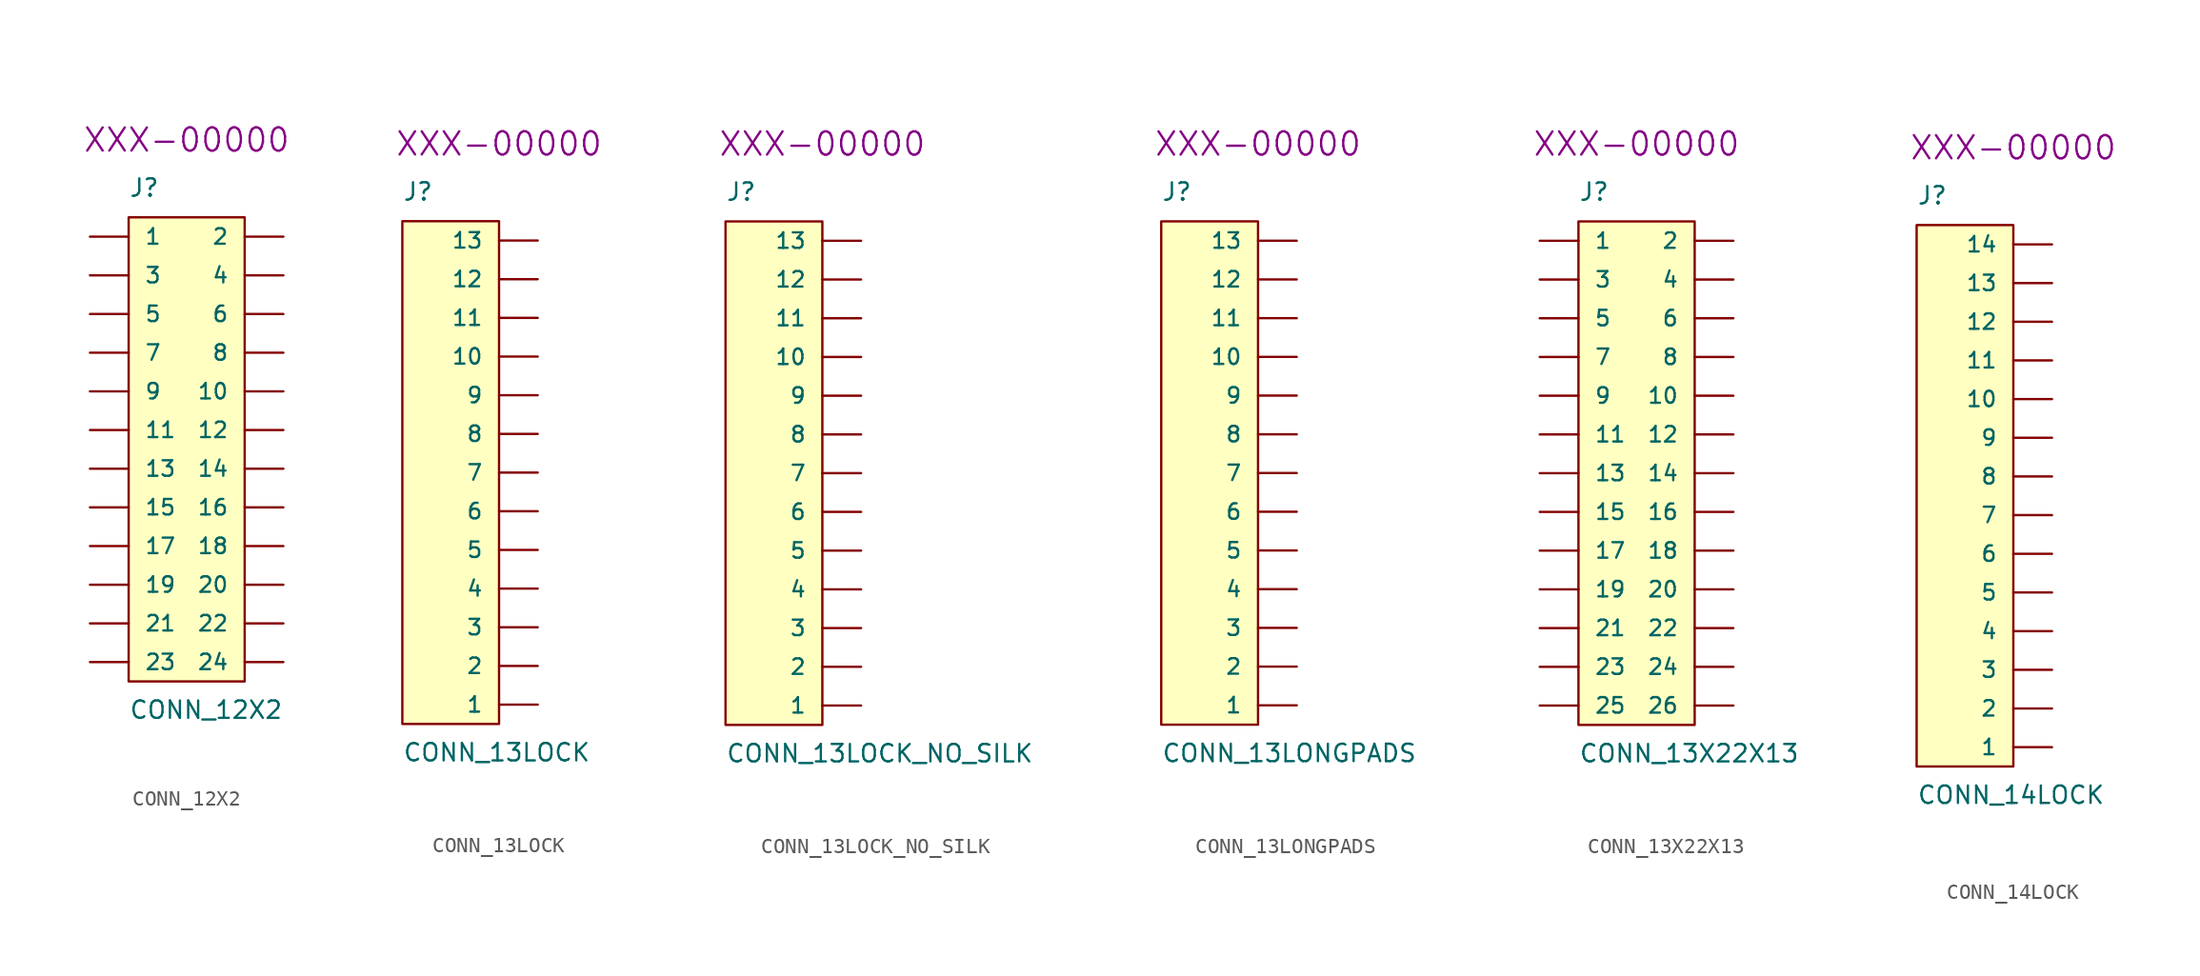
<source format=kicad_sym>
(kicad_symbol_lib
  (version 20201005)
  (generator kicad_symbol_editor)
  (symbol "CONN_12X2"
    (pin_numbers hide)
    (pin_names
      (offset 1.016))
    (property "Reference" "J"
      (at -3.81 16.51 0)
      (effects (font (size 1.143 1.143)) (justify left bottom)))
    (property "Value" "CONN_12X2"
      (at -3.81 -17.78 0)
      (effects (font (size 1.143 1.143)) (justify left bottom)))
    (property "Field4" "XXX-00000"
      (at 0 20.32 0)
      (effects (font (size 1.524 1.524))))
    (property "ki_locked" ""
      (at 0 0 0)
      (effects (font (size 1.27 1.27))))
    (symbol "CONN_12X2_0_1"
      (rectangle (start 3.81 -15.24) (end -3.81 15.24) (stroke (width 0)) (fill (type background))))
    (symbol "CONN_12X2_1_1"
      (pin passive line (at -6.35 13.97 0) (length 2.54) (name "1" (effects (font (size 1.016 1.016)))) (number "1" (effects (font (size 1.016 1.016)))))
      (pin passive line (at 6.35 13.97 180) (length 2.54) (name "2" (effects (font (size 1.016 1.016)))) (number "2" (effects (font (size 1.016 1.016)))))
      (pin passive line (at -6.35 11.43 0) (length 2.54) (name "3" (effects (font (size 1.016 1.016)))) (number "3" (effects (font (size 1.016 1.016)))))
      (pin passive line (at 6.35 11.43 180) (length 2.54) (name "4" (effects (font (size 1.016 1.016)))) (number "4" (effects (font (size 1.016 1.016)))))
      (pin passive line (at -6.35 8.89 0) (length 2.54) (name "5" (effects (font (size 1.016 1.016)))) (number "5" (effects (font (size 1.016 1.016)))))
      (pin passive line (at 6.35 8.89 180) (length 2.54) (name "6" (effects (font (size 1.016 1.016)))) (number "6" (effects (font (size 1.016 1.016)))))
      (pin passive line (at -6.35 6.35 0) (length 2.54) (name "7" (effects (font (size 1.016 1.016)))) (number "7" (effects (font (size 1.016 1.016)))))
      (pin passive line (at 6.35 6.35 180) (length 2.54) (name "8" (effects (font (size 1.016 1.016)))) (number "8" (effects (font (size 1.016 1.016)))))
      (pin passive line (at -6.35 3.81 0) (length 2.54) (name "9" (effects (font (size 1.016 1.016)))) (number "9" (effects (font (size 1.016 1.016)))))
      (pin passive line (at 6.35 3.81 180) (length 2.54) (name "10" (effects (font (size 1.016 1.016)))) (number "10" (effects (font (size 1.016 1.016)))))
      (pin passive line (at 6.35 -8.89 180) (length 2.54) (name "20" (effects (font (size 1.016 1.016)))) (number "20" (effects (font (size 1.016 1.016)))))
      (pin passive line (at -6.35 1.27 0) (length 2.54) (name "11" (effects (font (size 1.016 1.016)))) (number "11" (effects (font (size 1.016 1.016)))))
      (pin passive line (at -6.35 -11.43 0) (length 2.54) (name "21" (effects (font (size 1.016 1.016)))) (number "21" (effects (font (size 1.016 1.016)))))
      (pin passive line (at 6.35 1.27 180) (length 2.54) (name "12" (effects (font (size 1.016 1.016)))) (number "12" (effects (font (size 1.016 1.016)))))
      (pin passive line (at 6.35 -11.43 180) (length 2.54) (name "22" (effects (font (size 1.016 1.016)))) (number "22" (effects (font (size 1.016 1.016)))))
      (pin passive line (at -6.35 -1.27 0) (length 2.54) (name "13" (effects (font (size 1.016 1.016)))) (number "13" (effects (font (size 1.016 1.016)))))
      (pin passive line (at -6.35 -13.97 0) (length 2.54) (name "23" (effects (font (size 1.016 1.016)))) (number "23" (effects (font (size 1.016 1.016)))))
      (pin passive line (at 6.35 -1.27 180) (length 2.54) (name "14" (effects (font (size 1.016 1.016)))) (number "14" (effects (font (size 1.016 1.016)))))
      (pin passive line (at 6.35 -13.97 180) (length 2.54) (name "24" (effects (font (size 1.016 1.016)))) (number "24" (effects (font (size 1.016 1.016)))))
      (pin passive line (at -6.35 -3.81 0) (length 2.54) (name "15" (effects (font (size 1.016 1.016)))) (number "15" (effects (font (size 1.016 1.016)))))
      (pin passive line (at 6.35 -3.81 180) (length 2.54) (name "16" (effects (font (size 1.016 1.016)))) (number "16" (effects (font (size 1.016 1.016)))))
      (pin passive line (at -6.35 -6.35 0) (length 2.54) (name "17" (effects (font (size 1.016 1.016)))) (number "17" (effects (font (size 1.016 1.016)))))
      (pin passive line (at 6.35 -6.35 180) (length 2.54) (name "18" (effects (font (size 1.016 1.016)))) (number "18" (effects (font (size 1.016 1.016)))))
      (pin passive line (at -6.35 -8.89 0) (length 2.54) (name "19" (effects (font (size 1.016 1.016)))) (number "19" (effects (font (size 1.016 1.016)))))))
  (symbol "CONN_13LOCK"
    (pin_numbers hide)
    (pin_names
      (offset 1.016))
    (property "Reference" "J"
      (at -6.35 33.02 0)
      (effects (font (size 1.143 1.143)) (justify left bottom)))
    (property "Value" "CONN_13LOCK"
      (at -6.35 -3.81 0)
      (effects (font (size 1.143 1.143)) (justify left bottom)))
    (property "Field4" "XXX-00000"
      (at 0 36.83 0)
      (effects (font (size 1.524 1.524))))
    (property "ki_locked" ""
      (at 0 0 0)
      (effects (font (size 1.27 1.27))))
    (symbol "CONN_13LOCK_0_1"
      (rectangle (start 0 -1.27) (end -6.35 31.75) (stroke (width 0)) (fill (type background))))
    (symbol "CONN_13LOCK_1_1"
      (pin passive line (at 2.54 0 180) (length 2.54) (name "1" (effects (font (size 1.016 1.016)))) (number "1" (effects (font (size 1.016 1.016)))))
      (pin passive line (at 2.54 2.54 180) (length 2.54) (name "2" (effects (font (size 1.016 1.016)))) (number "2" (effects (font (size 1.016 1.016)))))
      (pin passive line (at 2.54 5.08 180) (length 2.54) (name "3" (effects (font (size 1.016 1.016)))) (number "3" (effects (font (size 1.016 1.016)))))
      (pin passive line (at 2.54 7.62 180) (length 2.54) (name "4" (effects (font (size 1.016 1.016)))) (number "4" (effects (font (size 1.016 1.016)))))
      (pin passive line (at 2.54 10.16 180) (length 2.54) (name "5" (effects (font (size 1.016 1.016)))) (number "5" (effects (font (size 1.016 1.016)))))
      (pin passive line (at 2.54 12.7 180) (length 2.54) (name "6" (effects (font (size 1.016 1.016)))) (number "6" (effects (font (size 1.016 1.016)))))
      (pin passive line (at 2.54 15.24 180) (length 2.54) (name "7" (effects (font (size 1.016 1.016)))) (number "7" (effects (font (size 1.016 1.016)))))
      (pin passive line (at 2.54 17.78 180) (length 2.54) (name "8" (effects (font (size 1.016 1.016)))) (number "8" (effects (font (size 1.016 1.016)))))
      (pin passive line (at 2.54 20.32 180) (length 2.54) (name "9" (effects (font (size 1.016 1.016)))) (number "9" (effects (font (size 1.016 1.016)))))
      (pin passive line (at 2.54 22.86 180) (length 2.54) (name "10" (effects (font (size 1.016 1.016)))) (number "10" (effects (font (size 1.016 1.016)))))
      (pin passive line (at 2.54 25.4 180) (length 2.54) (name "11" (effects (font (size 1.016 1.016)))) (number "11" (effects (font (size 1.016 1.016)))))
      (pin passive line (at 2.54 27.94 180) (length 2.54) (name "12" (effects (font (size 1.016 1.016)))) (number "12" (effects (font (size 1.016 1.016)))))
      (pin passive line (at 2.54 30.48 180) (length 2.54) (name "13" (effects (font (size 1.016 1.016)))) (number "13" (effects (font (size 1.016 1.016)))))))
  (symbol "CONN_13LOCK_NO_SILK"
    (pin_numbers hide)
    (pin_names
      (offset 1.016))
    (property "Reference" "J"
      (at -6.35 33.02 0)
      (effects (font (size 1.143 1.143)) (justify left bottom)))
    (property "Value" "CONN_13LOCK_NO_SILK"
      (at -6.35 -3.81 0)
      (effects (font (size 1.143 1.143)) (justify left bottom)))
    (property "Field4" "XXX-00000"
      (at 0 36.83 0)
      (effects (font (size 1.524 1.524))))
    (property "ki_locked" ""
      (at 0 0 0)
      (effects (font (size 1.27 1.27))))
    (symbol "CONN_13LOCK_NO_SILK_0_1"
      (rectangle (start 0 -1.27) (end -6.35 31.75) (stroke (width 0)) (fill (type background))))
    (symbol "CONN_13LOCK_NO_SILK_1_1"
      (pin passive line (at 2.54 0 180) (length 2.54) (name "1" (effects (font (size 1.016 1.016)))) (number "1" (effects (font (size 1.016 1.016)))))
      (pin passive line (at 2.54 2.54 180) (length 2.54) (name "2" (effects (font (size 1.016 1.016)))) (number "2" (effects (font (size 1.016 1.016)))))
      (pin passive line (at 2.54 5.08 180) (length 2.54) (name "3" (effects (font (size 1.016 1.016)))) (number "3" (effects (font (size 1.016 1.016)))))
      (pin passive line (at 2.54 7.62 180) (length 2.54) (name "4" (effects (font (size 1.016 1.016)))) (number "4" (effects (font (size 1.016 1.016)))))
      (pin passive line (at 2.54 10.16 180) (length 2.54) (name "5" (effects (font (size 1.016 1.016)))) (number "5" (effects (font (size 1.016 1.016)))))
      (pin passive line (at 2.54 12.7 180) (length 2.54) (name "6" (effects (font (size 1.016 1.016)))) (number "6" (effects (font (size 1.016 1.016)))))
      (pin passive line (at 2.54 15.24 180) (length 2.54) (name "7" (effects (font (size 1.016 1.016)))) (number "7" (effects (font (size 1.016 1.016)))))
      (pin passive line (at 2.54 17.78 180) (length 2.54) (name "8" (effects (font (size 1.016 1.016)))) (number "8" (effects (font (size 1.016 1.016)))))
      (pin passive line (at 2.54 20.32 180) (length 2.54) (name "9" (effects (font (size 1.016 1.016)))) (number "9" (effects (font (size 1.016 1.016)))))
      (pin passive line (at 2.54 22.86 180) (length 2.54) (name "10" (effects (font (size 1.016 1.016)))) (number "10" (effects (font (size 1.016 1.016)))))
      (pin passive line (at 2.54 25.4 180) (length 2.54) (name "11" (effects (font (size 1.016 1.016)))) (number "11" (effects (font (size 1.016 1.016)))))
      (pin passive line (at 2.54 27.94 180) (length 2.54) (name "12" (effects (font (size 1.016 1.016)))) (number "12" (effects (font (size 1.016 1.016)))))
      (pin passive line (at 2.54 30.48 180) (length 2.54) (name "13" (effects (font (size 1.016 1.016)))) (number "13" (effects (font (size 1.016 1.016)))))))
  (symbol "CONN_13LONGPADS"
    (pin_numbers hide)
    (pin_names
      (offset 1.016))
    (property "Reference" "J"
      (at -6.35 33.02 0)
      (effects (font (size 1.143 1.143)) (justify left bottom)))
    (property "Value" "CONN_13LONGPADS"
      (at -6.35 -3.81 0)
      (effects (font (size 1.143 1.143)) (justify left bottom)))
    (property "Field4" "XXX-00000"
      (at 0 36.83 0)
      (effects (font (size 1.524 1.524))))
    (property "ki_locked" ""
      (at 0 0 0)
      (effects (font (size 1.27 1.27))))
    (symbol "CONN_13LONGPADS_0_1"
      (rectangle (start 0 -1.27) (end -6.35 31.75) (stroke (width 0)) (fill (type background))))
    (symbol "CONN_13LONGPADS_1_1"
      (pin passive line (at 2.54 0 180) (length 2.54) (name "1" (effects (font (size 1.016 1.016)))) (number "1" (effects (font (size 1.016 1.016)))))
      (pin passive line (at 2.54 2.54 180) (length 2.54) (name "2" (effects (font (size 1.016 1.016)))) (number "2" (effects (font (size 1.016 1.016)))))
      (pin passive line (at 2.54 5.08 180) (length 2.54) (name "3" (effects (font (size 1.016 1.016)))) (number "3" (effects (font (size 1.016 1.016)))))
      (pin passive line (at 2.54 7.62 180) (length 2.54) (name "4" (effects (font (size 1.016 1.016)))) (number "4" (effects (font (size 1.016 1.016)))))
      (pin passive line (at 2.54 10.16 180) (length 2.54) (name "5" (effects (font (size 1.016 1.016)))) (number "5" (effects (font (size 1.016 1.016)))))
      (pin passive line (at 2.54 12.7 180) (length 2.54) (name "6" (effects (font (size 1.016 1.016)))) (number "6" (effects (font (size 1.016 1.016)))))
      (pin passive line (at 2.54 15.24 180) (length 2.54) (name "7" (effects (font (size 1.016 1.016)))) (number "7" (effects (font (size 1.016 1.016)))))
      (pin passive line (at 2.54 17.78 180) (length 2.54) (name "8" (effects (font (size 1.016 1.016)))) (number "8" (effects (font (size 1.016 1.016)))))
      (pin passive line (at 2.54 20.32 180) (length 2.54) (name "9" (effects (font (size 1.016 1.016)))) (number "9" (effects (font (size 1.016 1.016)))))
      (pin passive line (at 2.54 22.86 180) (length 2.54) (name "10" (effects (font (size 1.016 1.016)))) (number "10" (effects (font (size 1.016 1.016)))))
      (pin passive line (at 2.54 25.4 180) (length 2.54) (name "11" (effects (font (size 1.016 1.016)))) (number "11" (effects (font (size 1.016 1.016)))))
      (pin passive line (at 2.54 27.94 180) (length 2.54) (name "12" (effects (font (size 1.016 1.016)))) (number "12" (effects (font (size 1.016 1.016)))))
      (pin passive line (at 2.54 30.48 180) (length 2.54) (name "13" (effects (font (size 1.016 1.016)))) (number "13" (effects (font (size 1.016 1.016)))))))
  (symbol "CONN_13X22X13"
    (pin_numbers hide)
    (pin_names
      (offset 1.016))
    (property "Reference" "J"
      (at -3.81 17.78 0)
      (effects (font (size 1.143 1.143)) (justify left bottom)))
    (property "Value" "CONN_13X22X13"
      (at -3.81 -19.05 0)
      (effects (font (size 1.143 1.143)) (justify left bottom)))
    (property "Field4" "XXX-00000"
      (at 0 21.59 0)
      (effects (font (size 1.524 1.524))))
    (property "ki_locked" ""
      (at 0 0 0)
      (effects (font (size 1.27 1.27))))
    (symbol "CONN_13X22X13_0_1"
      (rectangle (start 3.81 -16.51) (end -3.81 16.51) (stroke (width 0)) (fill (type background))))
    (symbol "CONN_13X22X13_1_1"
      (pin passive line (at -6.35 15.24 0) (length 2.54) (name "1" (effects (font (size 1.016 1.016)))) (number "1" (effects (font (size 1.016 1.016)))))
      (pin passive line (at 6.35 15.24 180) (length 2.54) (name "2" (effects (font (size 1.016 1.016)))) (number "2" (effects (font (size 1.016 1.016)))))
      (pin passive line (at -6.35 12.7 0) (length 2.54) (name "3" (effects (font (size 1.016 1.016)))) (number "3" (effects (font (size 1.016 1.016)))))
      (pin passive line (at 6.35 12.7 180) (length 2.54) (name "4" (effects (font (size 1.016 1.016)))) (number "4" (effects (font (size 1.016 1.016)))))
      (pin passive line (at -6.35 10.16 0) (length 2.54) (name "5" (effects (font (size 1.016 1.016)))) (number "5" (effects (font (size 1.016 1.016)))))
      (pin passive line (at 6.35 10.16 180) (length 2.54) (name "6" (effects (font (size 1.016 1.016)))) (number "6" (effects (font (size 1.016 1.016)))))
      (pin passive line (at -6.35 7.62 0) (length 2.54) (name "7" (effects (font (size 1.016 1.016)))) (number "7" (effects (font (size 1.016 1.016)))))
      (pin passive line (at 6.35 7.62 180) (length 2.54) (name "8" (effects (font (size 1.016 1.016)))) (number "8" (effects (font (size 1.016 1.016)))))
      (pin passive line (at -6.35 5.08 0) (length 2.54) (name "9" (effects (font (size 1.016 1.016)))) (number "9" (effects (font (size 1.016 1.016)))))
      (pin passive line (at 6.35 5.08 180) (length 2.54) (name "10" (effects (font (size 1.016 1.016)))) (number "10" (effects (font (size 1.016 1.016)))))
      (pin passive line (at 6.35 -7.62 180) (length 2.54) (name "20" (effects (font (size 1.016 1.016)))) (number "20" (effects (font (size 1.016 1.016)))))
      (pin passive line (at -6.35 2.54 0) (length 2.54) (name "11" (effects (font (size 1.016 1.016)))) (number "11" (effects (font (size 1.016 1.016)))))
      (pin passive line (at -6.35 -10.16 0) (length 2.54) (name "21" (effects (font (size 1.016 1.016)))) (number "21" (effects (font (size 1.016 1.016)))))
      (pin passive line (at 6.35 2.54 180) (length 2.54) (name "12" (effects (font (size 1.016 1.016)))) (number "12" (effects (font (size 1.016 1.016)))))
      (pin passive line (at 6.35 -10.16 180) (length 2.54) (name "22" (effects (font (size 1.016 1.016)))) (number "22" (effects (font (size 1.016 1.016)))))
      (pin passive line (at -6.35 0 0) (length 2.54) (name "13" (effects (font (size 1.016 1.016)))) (number "13" (effects (font (size 1.016 1.016)))))
      (pin passive line (at -6.35 -12.7 0) (length 2.54) (name "23" (effects (font (size 1.016 1.016)))) (number "23" (effects (font (size 1.016 1.016)))))
      (pin passive line (at 6.35 0 180) (length 2.54) (name "14" (effects (font (size 1.016 1.016)))) (number "14" (effects (font (size 1.016 1.016)))))
      (pin passive line (at 6.35 -12.7 180) (length 2.54) (name "24" (effects (font (size 1.016 1.016)))) (number "24" (effects (font (size 1.016 1.016)))))
      (pin passive line (at -6.35 -2.54 0) (length 2.54) (name "15" (effects (font (size 1.016 1.016)))) (number "15" (effects (font (size 1.016 1.016)))))
      (pin passive line (at -6.35 -15.24 0) (length 2.54) (name "25" (effects (font (size 1.016 1.016)))) (number "25" (effects (font (size 1.016 1.016)))))
      (pin passive line (at 6.35 -2.54 180) (length 2.54) (name "16" (effects (font (size 1.016 1.016)))) (number "16" (effects (font (size 1.016 1.016)))))
      (pin passive line (at 6.35 -15.24 180) (length 2.54) (name "26" (effects (font (size 1.016 1.016)))) (number "26" (effects (font (size 1.016 1.016)))))
      (pin passive line (at -6.35 -5.08 0) (length 2.54) (name "17" (effects (font (size 1.016 1.016)))) (number "17" (effects (font (size 1.016 1.016)))))
      (pin passive line (at 6.35 -5.08 180) (length 2.54) (name "18" (effects (font (size 1.016 1.016)))) (number "18" (effects (font (size 1.016 1.016)))))
      (pin passive line (at -6.35 -7.62 0) (length 2.54) (name "19" (effects (font (size 1.016 1.016)))) (number "19" (effects (font (size 1.016 1.016)))))))
  (symbol "CONN_14LOCK"
    (pin_numbers hide)
    (pin_names
      (offset 1.016))
    (property "Reference" "J"
      (at -6.35 35.56 0)
      (effects (font (size 1.143 1.143)) (justify left bottom)))
    (property "Value" "CONN_14LOCK"
      (at -6.35 -3.81 0)
      (effects (font (size 1.143 1.143)) (justify left bottom)))
    (property "Field4" "XXX-00000"
      (at 0 39.37 0)
      (effects (font (size 1.524 1.524))))
    (property "ki_locked" ""
      (at 0 0 0)
      (effects (font (size 1.27 1.27))))
    (symbol "CONN_14LOCK_0_1"
      (rectangle (start 0 -1.27) (end -6.35 34.29) (stroke (width 0)) (fill (type background))))
    (symbol "CONN_14LOCK_1_1"
      (pin passive line (at 2.54 0 180) (length 2.54) (name "1" (effects (font (size 1.016 1.016)))) (number "1" (effects (font (size 1.016 1.016)))))
      (pin passive line (at 2.54 2.54 180) (length 2.54) (name "2" (effects (font (size 1.016 1.016)))) (number "2" (effects (font (size 1.016 1.016)))))
      (pin passive line (at 2.54 5.08 180) (length 2.54) (name "3" (effects (font (size 1.016 1.016)))) (number "3" (effects (font (size 1.016 1.016)))))
      (pin passive line (at 2.54 7.62 180) (length 2.54) (name "4" (effects (font (size 1.016 1.016)))) (number "4" (effects (font (size 1.016 1.016)))))
      (pin passive line (at 2.54 10.16 180) (length 2.54) (name "5" (effects (font (size 1.016 1.016)))) (number "5" (effects (font (size 1.016 1.016)))))
      (pin passive line (at 2.54 12.7 180) (length 2.54) (name "6" (effects (font (size 1.016 1.016)))) (number "6" (effects (font (size 1.016 1.016)))))
      (pin passive line (at 2.54 15.24 180) (length 2.54) (name "7" (effects (font (size 1.016 1.016)))) (number "7" (effects (font (size 1.016 1.016)))))
      (pin passive line (at 2.54 17.78 180) (length 2.54) (name "8" (effects (font (size 1.016 1.016)))) (number "8" (effects (font (size 1.016 1.016)))))
      (pin passive line (at 2.54 20.32 180) (length 2.54) (name "9" (effects (font (size 1.016 1.016)))) (number "9" (effects (font (size 1.016 1.016)))))
      (pin passive line (at 2.54 22.86 180) (length 2.54) (name "10" (effects (font (size 1.016 1.016)))) (number "10" (effects (font (size 1.016 1.016)))))
      (pin passive line (at 2.54 25.4 180) (length 2.54) (name "11" (effects (font (size 1.016 1.016)))) (number "11" (effects (font (size 1.016 1.016)))))
      (pin passive line (at 2.54 27.94 180) (length 2.54) (name "12" (effects (font (size 1.016 1.016)))) (number "12" (effects (font (size 1.016 1.016)))))
      (pin passive line (at 2.54 30.48 180) (length 2.54) (name "13" (effects (font (size 1.016 1.016)))) (number "13" (effects (font (size 1.016 1.016)))))
      (pin passive line (at 2.54 33.02 180) (length 2.54) (name "14" (effects (font (size 1.016 1.016)))) (number "14" (effects (font (size 1.016 1.016))))))))
</source>
